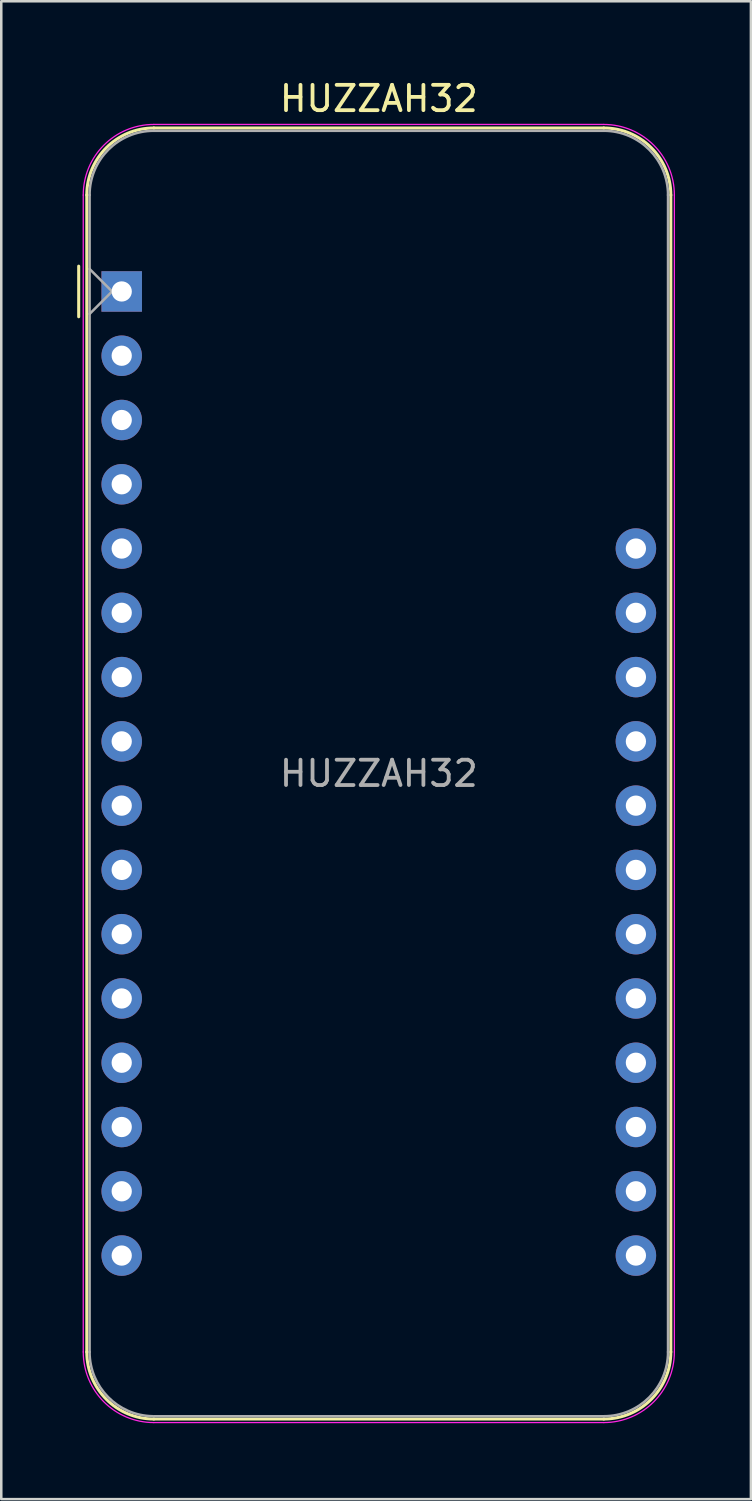
<source format=kicad_pcb>
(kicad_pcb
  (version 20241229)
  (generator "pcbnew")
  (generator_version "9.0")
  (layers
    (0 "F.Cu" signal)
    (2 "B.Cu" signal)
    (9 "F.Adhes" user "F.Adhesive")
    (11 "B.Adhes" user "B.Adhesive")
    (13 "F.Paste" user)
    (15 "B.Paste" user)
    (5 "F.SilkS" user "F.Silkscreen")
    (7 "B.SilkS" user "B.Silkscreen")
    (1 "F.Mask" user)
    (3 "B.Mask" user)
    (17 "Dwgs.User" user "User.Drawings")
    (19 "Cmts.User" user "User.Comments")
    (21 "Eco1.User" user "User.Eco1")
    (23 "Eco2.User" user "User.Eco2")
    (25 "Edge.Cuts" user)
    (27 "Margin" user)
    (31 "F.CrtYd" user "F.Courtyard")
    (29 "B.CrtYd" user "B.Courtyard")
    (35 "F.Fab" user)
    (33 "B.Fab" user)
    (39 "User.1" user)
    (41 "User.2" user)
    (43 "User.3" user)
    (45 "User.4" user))
  (footprint "HUZZAH32"
    (layer "F.Cu")
    (at 1.76 8.468)
    (property "Reference" "HUZZAH32" (at 10.16 -7.62 0) (layer "F.SilkS") (effects (font (size 1 1) (thickness 0.15))))
    (attr through_hole)
    (fp_line (start -1.7 1) (end -1.7 -1) (stroke (width 0.12) (type solid)) (layer "F.SilkS"))
    (fp_line (start -1.38 -3.81) (end -1.38 41.91) (stroke (width 0.12) (type solid)) (layer "F.SilkS"))
    (fp_line (start 19.05 -6.46) (end 1.27 -6.46) (stroke (width 0.12) (type solid)) (layer "F.SilkS"))
    (fp_line (start 19.05 44.56) (end 1.27 44.56) (stroke (width 0.12) (type solid)) (layer "F.SilkS"))
    (fp_line (start 21.7 -3.81) (end 21.7 41.91) (stroke (width 0.12) (type solid)) (layer "F.SilkS"))
    (fp_arc (start -1.38 -3.81) (mid -0.603833 -5.683833) (end 1.27 -6.46) (stroke (width 0.12) (type solid)) (layer "F.SilkS"))
    (fp_arc (start 1.27 44.56) (mid -0.603833 43.783833) (end -1.38 41.91) (stroke (width 0.12) (type solid)) (layer "F.SilkS"))
    (fp_arc (start 19.05 -6.46) (mid 20.923833 -5.683833) (end 21.7 -3.81) (stroke (width 0.12) (type solid)) (layer "F.SilkS"))
    (fp_arc (start 21.7 41.91) (mid 20.923833 43.783833) (end 19.05 44.56) (stroke (width 0.12) (type solid)) (layer "F.SilkS"))
    (fp_line (start -1.52 41.91) (end -1.52 -3.81) (stroke (width 0.05) (type solid)) (layer "F.CrtYd"))
    (fp_line (start 19.05 -6.6) (end 1.27 -6.6) (stroke (width 0.05) (type solid)) (layer "F.CrtYd"))
    (fp_line (start 19.05 44.7) (end 1.27 44.7) (stroke (width 0.05) (type solid)) (layer "F.CrtYd"))
    (fp_line (start 21.84 41.91) (end 21.84 -3.81) (stroke (width 0.05) (type solid)) (layer "F.CrtYd"))
    (fp_arc (start -1.52 -3.81) (mid -0.702828 -5.782828) (end 1.27 -6.6) (stroke (width 0.05) (type solid)) (layer "F.CrtYd"))
    (fp_arc (start 1.27 44.7) (mid -0.702828 43.882828) (end -1.52 41.91) (stroke (width 0.05) (type solid)) (layer "F.CrtYd"))
    (fp_arc (start 19.05 -6.6) (mid 21.022828 -5.782828) (end 21.84 -3.81) (stroke (width 0.05) (type solid)) (layer "F.CrtYd"))
    (fp_arc (start 21.84 41.91) (mid 21.022828 43.882828) (end 19.05 44.7) (stroke (width 0.05) (type solid)) (layer "F.CrtYd"))
    (fp_line (start -1.27 -3.81) (end -1.27 41.91) (stroke (width 0.1) (type solid)) (layer "F.Fab"))
    (fp_line (start -1.27 -0.889) (end -0.381 0) (stroke (width 0.1) (type solid)) (layer "F.Fab"))
    (fp_line (start -0.381 0) (end -1.27 0.889) (stroke (width 0.1) (type solid)) (layer "F.Fab"))
    (fp_line (start 1.27 44.45) (end 19.05 44.45) (stroke (width 0.1) (type solid)) (layer "F.Fab"))
    (fp_line (start 19.05 -6.35) (end 1.27 -6.35) (stroke (width 0.1) (type solid)) (layer "F.Fab"))
    (fp_line (start 21.59 41.91) (end 21.59 -3.81) (stroke (width 0.1) (type solid)) (layer "F.Fab"))
    (fp_arc (start -1.27 -3.81) (mid -0.526051 -5.606051) (end 1.27 -6.35) (stroke (width 0.1) (type solid)) (layer "F.Fab"))
    (fp_arc (start 1.221238 44.449532) (mid -0.543209 43.688728) (end -1.27 41.91) (stroke (width 0.1) (type solid)) (layer "F.Fab"))
    (fp_arc (start 19.05 -6.35) (mid 20.846051 -5.606051) (end 21.59 -3.81) (stroke (width 0.1) (type solid)) (layer "F.Fab"))
    (fp_arc (start 21.59 41.91) (mid 20.846051 43.706051) (end 19.05 44.45) (stroke (width 0.1) (type solid)) (layer "F.Fab"))
    (fp_text user "${REFERENCE}" (at 10.16 19.05 180) (layer "F.Fab") (effects (font (size 1 1) (thickness 0.15))))
    (pad "1" thru_hole rect (at 0 0 180) (size 1.6 1.6) (drill 0.8) (layers "*.Cu" "*.Mask"))
    (pad "2" thru_hole circle (at 0 2.54 180) (size 1.6 1.6) (drill 0.8) (layers "*.Cu" "*.Mask"))
    (pad "3" thru_hole circle (at 0 5.08 180) (size 1.6 1.6) (drill 0.8) (layers "*.Cu" "*.Mask"))
    (pad "4" thru_hole circle (at 0 7.62 180) (size 1.6 1.6) (drill 0.8) (layers "*.Cu" "*.Mask"))
    (pad "5" thru_hole circle (at 0 10.16 180) (size 1.6 1.6) (drill 0.8) (layers "*.Cu" "*.Mask"))
    (pad "6" thru_hole circle (at 0 12.7 180) (size 1.6 1.6) (drill 0.8) (layers "*.Cu" "*.Mask"))
    (pad "7" thru_hole circle (at 0 15.24 180) (size 1.6 1.6) (drill 0.8) (layers "*.Cu" "*.Mask"))
    (pad "8" thru_hole circle (at 0 17.78 180) (size 1.6 1.6) (drill 0.8) (layers "*.Cu" "*.Mask"))
    (pad "9" thru_hole circle (at 0 20.32 180) (size 1.6 1.6) (drill 0.8) (layers "*.Cu" "*.Mask"))
    (pad "10" thru_hole circle (at 0 22.86 180) (size 1.6 1.6) (drill 0.8) (layers "*.Cu" "*.Mask"))
    (pad "11" thru_hole circle (at 0 25.4 180) (size 1.6 1.6) (drill 0.8) (layers "*.Cu" "*.Mask"))
    (pad "12" thru_hole circle (at 0 27.94 180) (size 1.6 1.6) (drill 0.8) (layers "*.Cu" "*.Mask"))
    (pad "13" thru_hole circle (at 0 30.48 180) (size 1.6 1.6) (drill 0.8) (layers "*.Cu" "*.Mask"))
    (pad "14" thru_hole circle (at 0 33.02 180) (size 1.6 1.6) (drill 0.8) (layers "*.Cu" "*.Mask"))
    (pad "15" thru_hole circle (at 0 35.56 180) (size 1.6 1.6) (drill 0.8) (layers "*.Cu" "*.Mask"))
    (pad "16" thru_hole circle (at 0 38.1 180) (size 1.6 1.6) (drill 0.8) (layers "*.Cu" "*.Mask"))
    (pad "17" thru_hole circle (at 20.32 38.1 180) (size 1.6 1.6) (drill 0.8) (layers "*.Cu" "*.Mask"))
    (pad "18" thru_hole circle (at 20.32 35.56 180) (size 1.6 1.6) (drill 0.8) (layers "*.Cu" "*.Mask"))
    (pad "19" thru_hole circle (at 20.32 33.02 180) (size 1.6 1.6) (drill 0.8) (layers "*.Cu" "*.Mask"))
    (pad "20" thru_hole circle (at 20.32 30.48 180) (size 1.6 1.6) (drill 0.8) (layers "*.Cu" "*.Mask"))
    (pad "21" thru_hole circle (at 20.32 27.94 180) (size 1.6 1.6) (drill 0.8) (layers "*.Cu" "*.Mask"))
    (pad "22" thru_hole circle (at 20.32 25.4 180) (size 1.6 1.6) (drill 0.8) (layers "*.Cu" "*.Mask"))
    (pad "23" thru_hole circle (at 20.32 22.86 180) (size 1.6 1.6) (drill 0.8) (layers "*.Cu" "*.Mask"))
    (pad "24" thru_hole circle (at 20.32 20.32 180) (size 1.6 1.6) (drill 0.8) (layers "*.Cu" "*.Mask"))
    (pad "25" thru_hole circle (at 20.32 17.78 180) (size 1.6 1.6) (drill 0.8) (layers "*.Cu" "*.Mask"))
    (pad "26" thru_hole circle (at 20.32 15.24 180) (size 1.6 1.6) (drill 0.8) (layers "*.Cu" "*.Mask"))
    (pad "27" thru_hole circle (at 20.32 12.7 180) (size 1.6 1.6) (drill 0.8) (layers "*.Cu" "*.Mask"))
    (pad "28" thru_hole circle (at 20.32 10.16 180) (size 1.6 1.6) (drill 0.8) (layers "*.Cu" "*.Mask")))
  (gr_rect
    (start -3 -3)
    (end 26.625 56.193)
    (stroke (width 0.1) (type default))
    (fill no)
    (layer "Edge.Cuts")))
</source>
